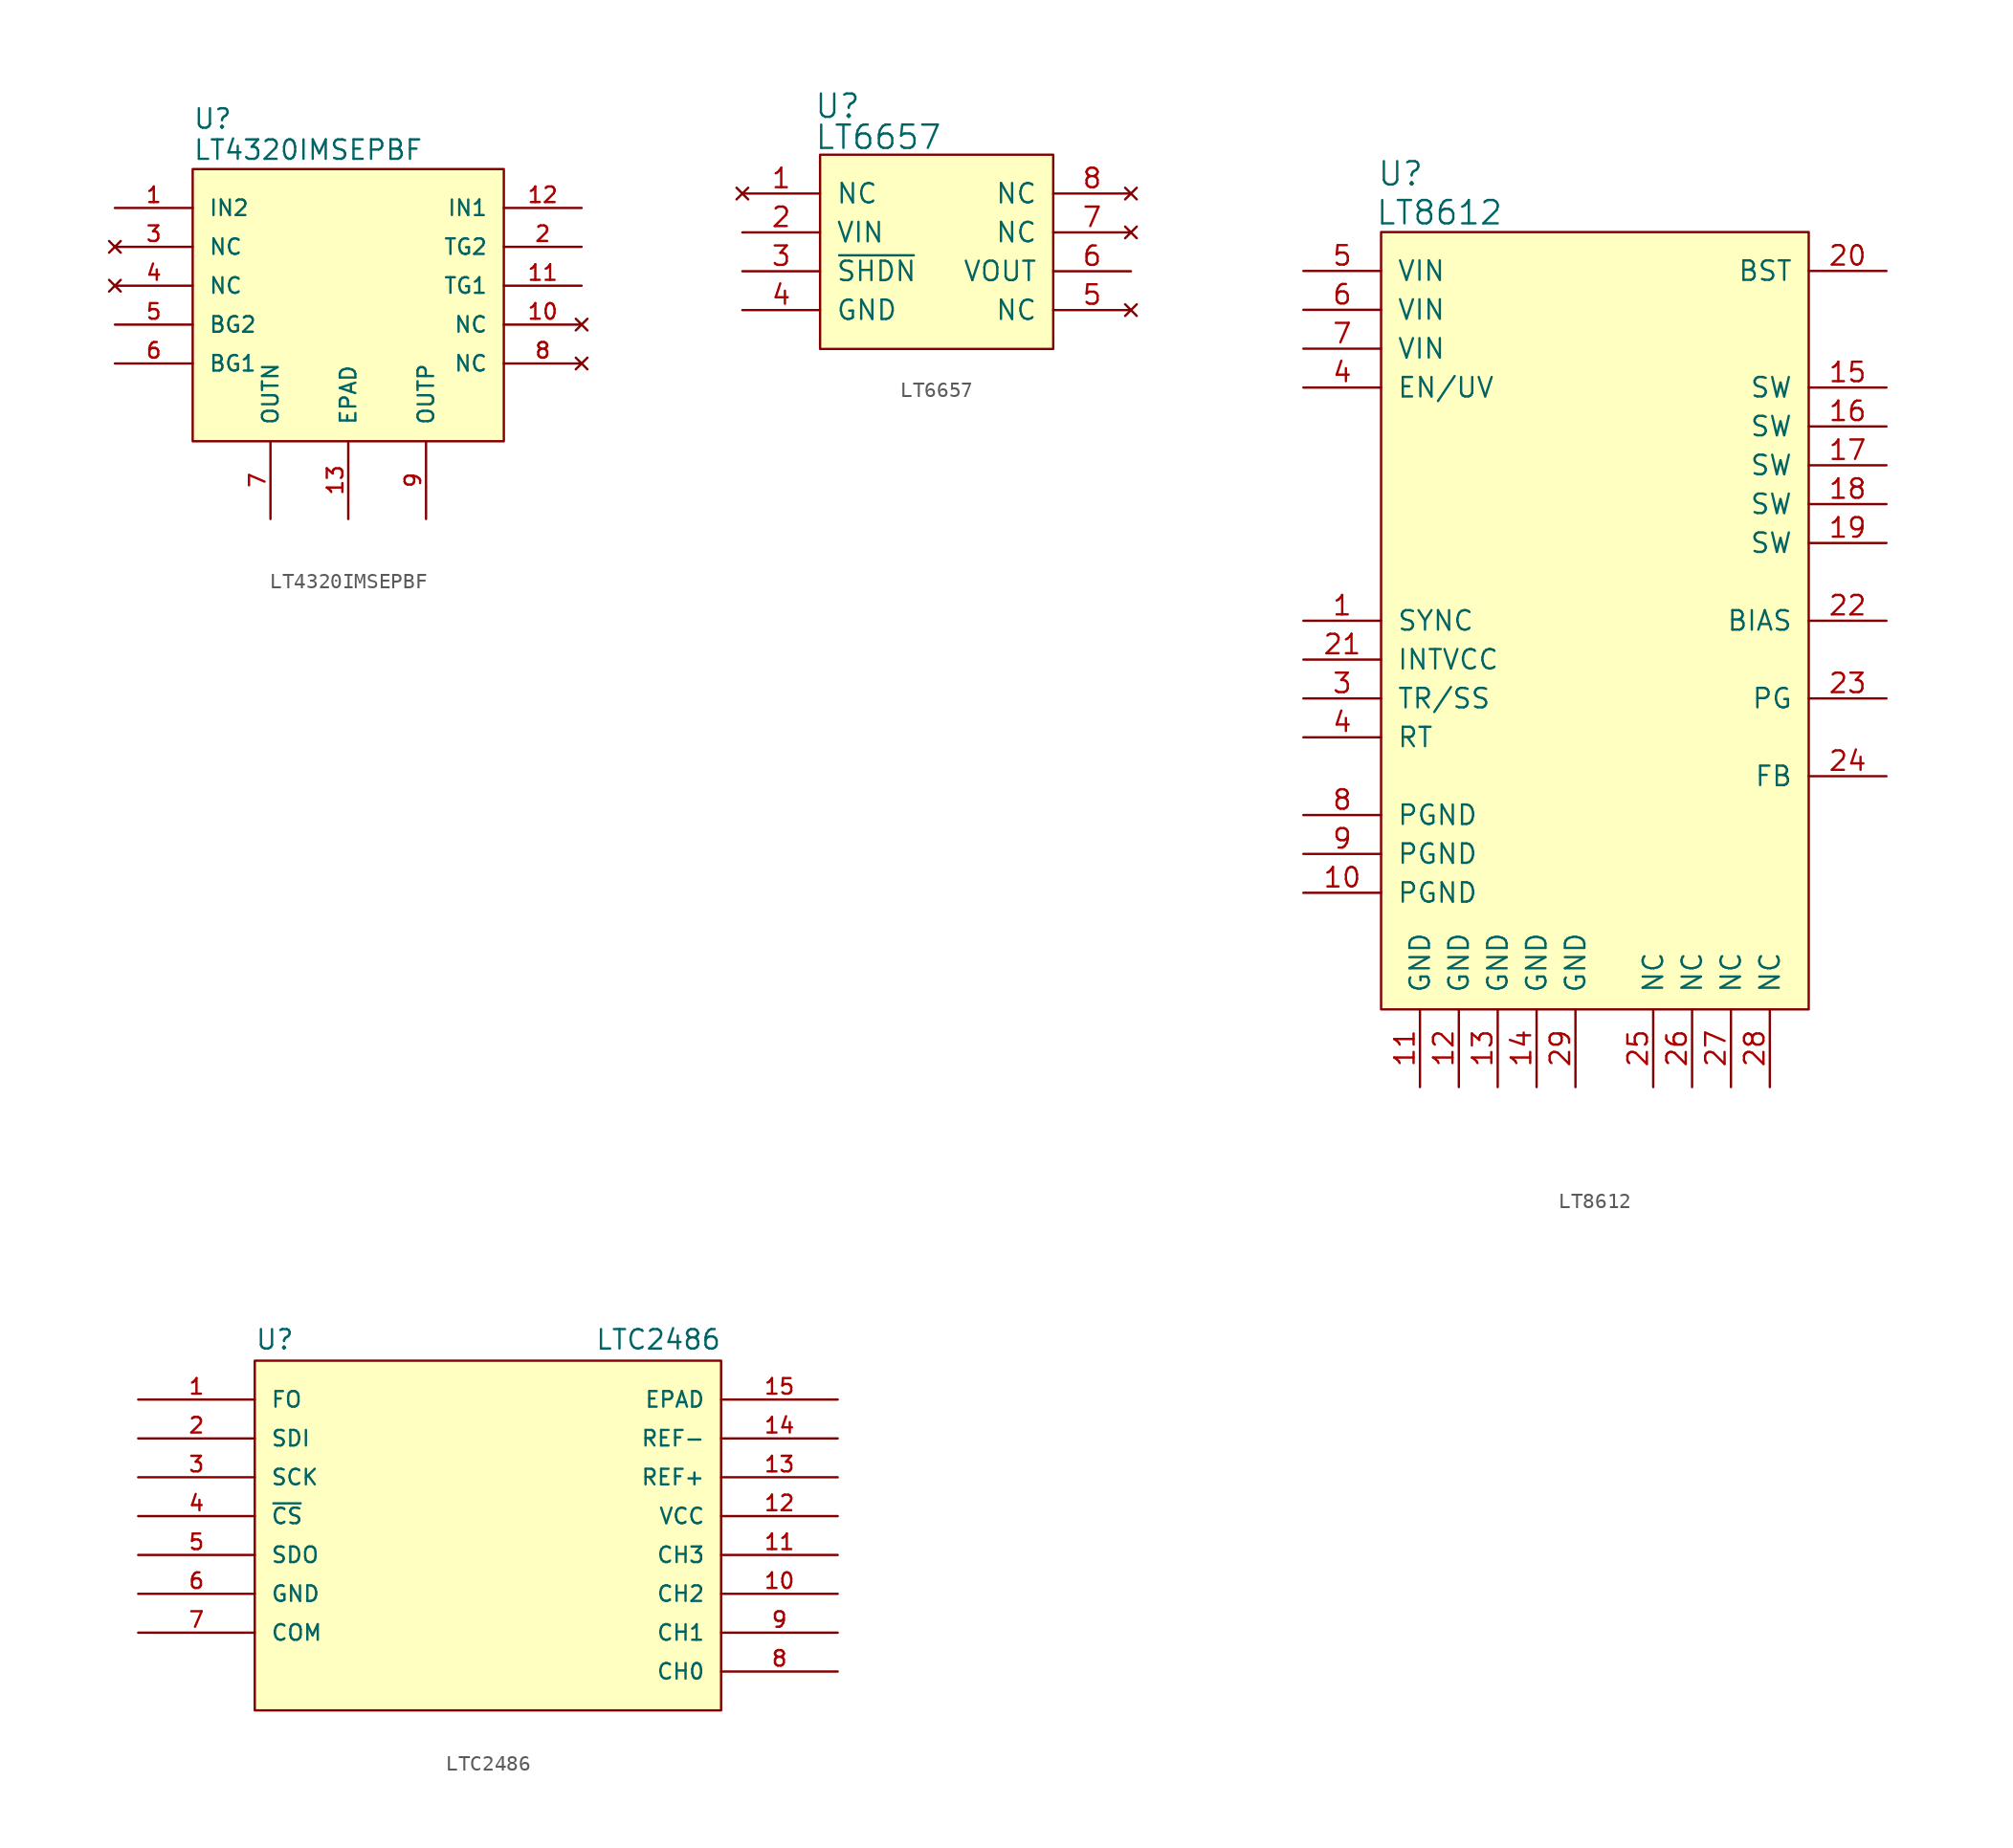
<source format=kicad_sym>
(kicad_symbol_lib
  (version 20220914)
  (generator kicad_symbol_editor)
  (symbol "LT4320IMSEPBF"
    (pin_names
      (offset 1.016))
    (property "Reference" "U"
      (at -10.16 11.43 0)
      (effects (font (size 1.27 1.27)) (justify left bottom)))
    (property "Value" "LT4320IMSEPBF"
      (at -10.16 9.398 0)
      (effects (font (size 1.27 1.27)) (justify left bottom)))
    (property "ki_locked" ""
      (at 0 0 0)
      (effects (font (size 1.27 1.27))))
    (symbol "LT4320IMSEPBF_0_0"
      (pin input line (at -15.24 6.35 0) (length 5.08) (name "IN2" (effects (font (size 1.016 1.016)))) (number "1" (effects (font (size 1.016 1.016)))))
      (pin passive line (at 15.24 1.27 180) (length 5.08) (name "TG1" (effects (font (size 1.016 1.016)))) (number "11" (effects (font (size 1.016 1.016)))))
      (pin input line (at 15.24 6.35 180) (length 5.08) (name "IN1" (effects (font (size 1.016 1.016)))) (number "12" (effects (font (size 1.016 1.016)))))
      (pin no_connect line (at -15.24 3.81 0) (length 5.08) (name "NC" (effects (font (size 1.016 1.016)))) (number "3" (effects (font (size 1.016 1.016)))))
      (pin no_connect line (at -15.24 1.27 0) (length 5.08) (name "NC" (effects (font (size 1.016 1.016)))) (number "4" (effects (font (size 1.016 1.016)))))
      (pin passive line (at -15.24 -1.27 0) (length 5.08) (name "BG2" (effects (font (size 1.016 1.016)))) (number "5" (effects (font (size 1.016 1.016)))))
      (pin passive line (at -15.24 -3.81 0) (length 5.08) (name "BG1" (effects (font (size 1.016 1.016)))) (number "6" (effects (font (size 1.016 1.016)))))
      (pin no_connect line (at 15.24 -3.81 180) (length 5.08) (name "NC" (effects (font (size 1.016 1.016)))) (number "8" (effects (font (size 1.016 1.016)))))
      (pin output line (at 5.08 -13.97 90) (length 5.08) (name "OUTP" (effects (font (size 1.016 1.016)))) (number "9" (effects (font (size 1.016 1.016))))))
    (symbol "LT4320IMSEPBF_0_1"
      (rectangle (start -10.16 8.89) (end 10.16 -8.89) (stroke (width 0) (type default)) (fill (type background))))
    (symbol "LT4320IMSEPBF_1_0"
      (pin no_connect line (at 15.24 -1.27 180) (length 5.08) (name "NC" (effects (font (size 1.016 1.016)))) (number "10" (effects (font (size 1.016 1.016)))))
      (pin passive line (at 0 -13.97 90) (length 5.08) (name "EPAD" (effects (font (size 1.016 1.016)))) (number "13" (effects (font (size 1.016 1.016)))))
      (pin passive line (at 15.24 3.81 180) (length 5.08) (name "TG2" (effects (font (size 1.016 1.016)))) (number "2" (effects (font (size 1.016 1.016)))))
      (pin output line (at -5.08 -13.97 90) (length 5.08) (name "OUTN" (effects (font (size 1.016 1.016)))) (number "7" (effects (font (size 1.016 1.016)))))))
  (symbol "LT6657"
    (pin_names
      (offset 1.016))
    (property "Reference" "U"
      (at -6.477 10.795 0)
      (effects (font (size 1.524 1.524))))
    (property "Value" "LT6657"
      (at -3.81 8.763 0)
      (effects (font (size 1.524 1.524))))
    (symbol "LT6657_0_1"
      (rectangle (start 7.62 -5.08) (end -7.62 7.62) (stroke (width 0) (type default)) (fill (type background))))
    (symbol "LT6657_1_1"
      (pin no_connect line (at -12.7 5.08 0) (length 5.08) (name "NC" (effects (font (size 1.27 1.27)))) (number "1" (effects (font (size 1.27 1.27)))))
      (pin power_in line (at -12.7 2.54 0) (length 5.08) (name "VIN" (effects (font (size 1.27 1.27)))) (number "2" (effects (font (size 1.27 1.27)))))
      (pin input line (at -12.7 0 0) (length 5.08) (name "~{SHDN}" (effects (font (size 1.27 1.27)))) (number "3" (effects (font (size 1.27 1.27)))))
      (pin passive line (at -12.7 -2.54 0) (length 5.08) (name "GND" (effects (font (size 1.27 1.27)))) (number "4" (effects (font (size 1.27 1.27)))))
      (pin no_connect line (at 12.7 -2.54 180) (length 5.08) (name "NC" (effects (font (size 1.27 1.27)))) (number "5" (effects (font (size 1.27 1.27)))))
      (pin power_out line (at 12.7 0 180) (length 5.08) (name "VOUT" (effects (font (size 1.27 1.27)))) (number "6" (effects (font (size 1.27 1.27)))))
      (pin no_connect line (at 12.7 2.54 180) (length 5.08) (name "NC" (effects (font (size 1.27 1.27)))) (number "7" (effects (font (size 1.27 1.27)))))
      (pin no_connect line (at 12.7 5.08 180) (length 5.08) (name "NC" (effects (font (size 1.27 1.27)))) (number "8" (effects (font (size 1.27 1.27)))))))
  (symbol "LT8612"
    (pin_names
      (offset 1.016))
    (property "Reference" "U"
      (at -12.7 29.21 0)
      (effects (font (size 1.524 1.524))))
    (property "Value" "LT8612"
      (at -10.16 26.67 0)
      (effects (font (size 1.524 1.524))))
    (symbol "LT8612_0_1"
      (rectangle (start 13.97 -25.4) (end -13.97 25.4) (stroke (width 0) (type default)) (fill (type background))))
    (symbol "LT8612_1_1"
      (pin unspecified line (at -19.05 0 0) (length 5.08) (name "SYNC" (effects (font (size 1.27 1.27)))) (number "1" (effects (font (size 1.27 1.27)))))
      (pin unspecified line (at -19.05 -17.78 0) (length 5.08) (name "PGND" (effects (font (size 1.27 1.27)))) (number "10" (effects (font (size 1.27 1.27)))))
      (pin unspecified line (at -11.43 -30.48 90) (length 5.08) (name "GND" (effects (font (size 1.27 1.27)))) (number "11" (effects (font (size 1.27 1.27)))))
      (pin unspecified line (at -8.89 -30.48 90) (length 5.08) (name "GND" (effects (font (size 1.27 1.27)))) (number "12" (effects (font (size 1.27 1.27)))))
      (pin unspecified line (at -6.35 -30.48 90) (length 5.08) (name "GND" (effects (font (size 1.27 1.27)))) (number "13" (effects (font (size 1.27 1.27)))))
      (pin unspecified line (at -3.81 -30.48 90) (length 5.08) (name "GND" (effects (font (size 1.27 1.27)))) (number "14" (effects (font (size 1.27 1.27)))))
      (pin unspecified line (at 19.05 15.24 180) (length 5.08) (name "SW" (effects (font (size 1.27 1.27)))) (number "15" (effects (font (size 1.27 1.27)))))
      (pin unspecified line (at 19.05 12.7 180) (length 5.08) (name "SW" (effects (font (size 1.27 1.27)))) (number "16" (effects (font (size 1.27 1.27)))))
      (pin unspecified line (at 19.05 10.16 180) (length 5.08) (name "SW" (effects (font (size 1.27 1.27)))) (number "17" (effects (font (size 1.27 1.27)))))
      (pin unspecified line (at 19.05 7.62 180) (length 5.08) (name "SW" (effects (font (size 1.27 1.27)))) (number "18" (effects (font (size 1.27 1.27)))))
      (pin unspecified line (at 19.05 5.08 180) (length 5.08) (name "SW" (effects (font (size 1.27 1.27)))) (number "19" (effects (font (size 1.27 1.27)))))
      (pin unspecified line (at 19.05 22.86 180) (length 5.08) (name "BST" (effects (font (size 1.27 1.27)))) (number "20" (effects (font (size 1.27 1.27)))))
      (pin unspecified line (at -19.05 -2.54 0) (length 5.08) (name "INTVCC" (effects (font (size 1.27 1.27)))) (number "21" (effects (font (size 1.27 1.27)))))
      (pin unspecified line (at 19.05 0 180) (length 5.08) (name "BIAS" (effects (font (size 1.27 1.27)))) (number "22" (effects (font (size 1.27 1.27)))))
      (pin unspecified line (at 19.05 -5.08 180) (length 5.08) (name "PG" (effects (font (size 1.27 1.27)))) (number "23" (effects (font (size 1.27 1.27)))))
      (pin unspecified line (at 19.05 -10.16 180) (length 5.08) (name "FB" (effects (font (size 1.27 1.27)))) (number "24" (effects (font (size 1.27 1.27)))))
      (pin unspecified line (at 3.81 -30.48 90) (length 5.08) (name "NC" (effects (font (size 1.27 1.27)))) (number "25" (effects (font (size 1.27 1.27)))))
      (pin unspecified line (at 6.35 -30.48 90) (length 5.08) (name "NC" (effects (font (size 1.27 1.27)))) (number "26" (effects (font (size 1.27 1.27)))))
      (pin unspecified line (at 8.89 -30.48 90) (length 5.08) (name "NC" (effects (font (size 1.27 1.27)))) (number "27" (effects (font (size 1.27 1.27)))))
      (pin unspecified line (at 11.43 -30.48 90) (length 5.08) (name "NC" (effects (font (size 1.27 1.27)))) (number "28" (effects (font (size 1.27 1.27)))))
      (pin unspecified line (at -1.27 -30.48 90) (length 5.08) (name "GND" (effects (font (size 1.27 1.27)))) (number "29" (effects (font (size 1.27 1.27)))))
      (pin unspecified line (at -19.05 -5.08 0) (length 5.08) (name "TR/SS" (effects (font (size 1.27 1.27)))) (number "3" (effects (font (size 1.27 1.27)))))
      (pin unspecified line (at -19.05 15.24 0) (length 5.08) (name "EN/UV" (effects (font (size 1.27 1.27)))) (number "4" (effects (font (size 1.27 1.27)))))
      (pin unspecified line (at -19.05 -7.62 0) (length 5.08) (name "RT" (effects (font (size 1.27 1.27)))) (number "4" (effects (font (size 1.27 1.27)))))
      (pin unspecified line (at -19.05 22.86 0) (length 5.08) (name "VIN" (effects (font (size 1.27 1.27)))) (number "5" (effects (font (size 1.27 1.27)))))
      (pin unspecified line (at -19.05 20.32 0) (length 5.08) (name "VIN" (effects (font (size 1.27 1.27)))) (number "6" (effects (font (size 1.27 1.27)))))
      (pin unspecified line (at -19.05 17.78 0) (length 5.08) (name "VIN" (effects (font (size 1.27 1.27)))) (number "7" (effects (font (size 1.27 1.27)))))
      (pin unspecified line (at -19.05 -12.7 0) (length 5.08) (name "PGND" (effects (font (size 1.27 1.27)))) (number "8" (effects (font (size 1.27 1.27)))))
      (pin unspecified line (at -19.05 -15.24 0) (length 5.08) (name "PGND" (effects (font (size 1.27 1.27)))) (number "9" (effects (font (size 1.27 1.27)))))))
  (symbol "LTC2486"
    (pin_names
      (offset 1.016))
    (property "Reference" "U"
      (at 7.62 23.495 0)
      (effects (font (size 1.27 1.27)) (justify left bottom)))
    (property "Value" "LTC2486"
      (at 29.845 23.495 0)
      (effects (font (size 1.27 1.27)) (justify left bottom)))
    (property "ki_locked" ""
      (at 0 0 0)
      (effects (font (size 1.27 1.27))))
    (symbol "LTC2486_0_0"
      (pin input line (at 0 20.32 0) (length 7.62) (name "FO" (effects (font (size 1.016 1.016)))) (number "1" (effects (font (size 1.016 1.016)))))
      (pin input line (at 45.72 7.62 180) (length 7.62) (name "CH2" (effects (font (size 1.016 1.016)))) (number "10" (effects (font (size 1.016 1.016)))))
      (pin input line (at 45.72 10.16 180) (length 7.62) (name "CH3" (effects (font (size 1.016 1.016)))) (number "11" (effects (font (size 1.016 1.016)))))
      (pin input line (at 45.72 12.7 180) (length 7.62) (name "VCC" (effects (font (size 1.016 1.016)))) (number "12" (effects (font (size 1.016 1.016)))))
      (pin input line (at 45.72 15.24 180) (length 7.62) (name "REF+" (effects (font (size 1.016 1.016)))) (number "13" (effects (font (size 1.016 1.016)))))
      (pin input line (at 45.72 17.78 180) (length 7.62) (name "REF-" (effects (font (size 1.016 1.016)))) (number "14" (effects (font (size 1.016 1.016)))))
      (pin passive line (at 45.72 20.32 180) (length 7.62) (name "EPAD" (effects (font (size 1.016 1.016)))) (number "15" (effects (font (size 1.016 1.016)))))
      (pin input line (at 0 17.78 0) (length 7.62) (name "SDI" (effects (font (size 1.016 1.016)))) (number "2" (effects (font (size 1.016 1.016)))))
      (pin bidirectional line (at 0 15.24 0) (length 7.62) (name "SCK" (effects (font (size 1.016 1.016)))) (number "3" (effects (font (size 1.016 1.016)))))
      (pin bidirectional line (at 0 12.7 0) (length 7.62) (name "~{CS}" (effects (font (size 1.016 1.016)))) (number "4" (effects (font (size 1.016 1.016)))))
      (pin output line (at 0 10.16 0) (length 7.62) (name "SDO" (effects (font (size 1.016 1.016)))) (number "5" (effects (font (size 1.016 1.016)))))
      (pin input line (at 0 7.62 0) (length 7.62) (name "GND" (effects (font (size 1.016 1.016)))) (number "6" (effects (font (size 1.016 1.016)))))
      (pin input line (at 0 5.08 0) (length 7.62) (name "COM" (effects (font (size 1.016 1.016)))) (number "7" (effects (font (size 1.016 1.016)))))
      (pin input line (at 45.72 2.54 180) (length 7.62) (name "CH0" (effects (font (size 1.016 1.016)))) (number "8" (effects (font (size 1.016 1.016)))))
      (pin input line (at 45.72 5.08 180) (length 7.62) (name "CH1" (effects (font (size 1.016 1.016)))) (number "9" (effects (font (size 1.016 1.016))))))
    (symbol "LTC2486_0_1"
      (rectangle (start 7.62 22.86) (end 38.1 0) (stroke (width 0) (type default)) (fill (type background))))))
</source>
